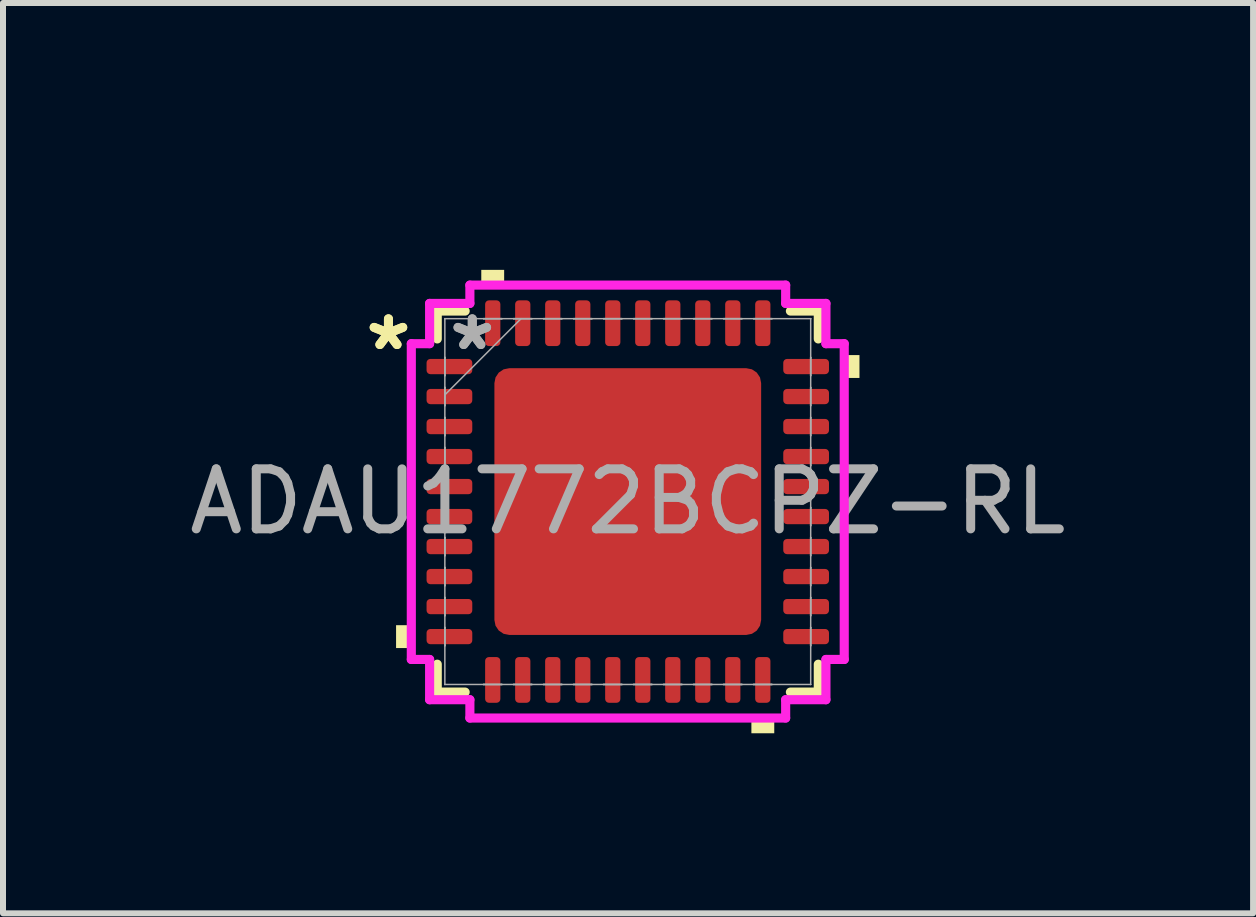
<source format=kicad_pcb>
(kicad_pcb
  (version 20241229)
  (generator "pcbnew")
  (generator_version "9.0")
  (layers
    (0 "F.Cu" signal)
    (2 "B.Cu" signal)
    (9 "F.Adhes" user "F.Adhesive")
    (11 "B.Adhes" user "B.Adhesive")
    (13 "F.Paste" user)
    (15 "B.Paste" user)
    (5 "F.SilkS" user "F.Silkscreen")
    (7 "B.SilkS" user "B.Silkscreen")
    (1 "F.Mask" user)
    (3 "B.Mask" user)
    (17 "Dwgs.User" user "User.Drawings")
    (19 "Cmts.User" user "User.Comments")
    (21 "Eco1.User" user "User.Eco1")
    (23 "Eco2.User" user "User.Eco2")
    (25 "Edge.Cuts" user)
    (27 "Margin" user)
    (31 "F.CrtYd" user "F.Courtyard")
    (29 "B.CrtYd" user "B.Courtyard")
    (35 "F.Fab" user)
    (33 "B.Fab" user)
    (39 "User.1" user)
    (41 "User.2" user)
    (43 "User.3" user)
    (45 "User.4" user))
  (footprint "ADAU1772BCPZ-RL"
    (layer "F.Cu")
    (at 7.411 5.308)
    (property "Reference" "ADAU1772BCPZ-RL" (at 0.01 -4.46 0) (unlocked yes) (layer "User.2") (effects (font (size 1 1) (thickness 0.15))))
    (attr smd)
    (fp_line (start -3.175 -3.175) (end -3.175 -2.71) (stroke (width 0.152) (type solid)) (layer "F.SilkS"))
    (fp_line (start -3.175 2.71) (end -3.175 3.175) (stroke (width 0.152) (type solid)) (layer "F.SilkS"))
    (fp_line (start -3.175 3.175) (end -2.71 3.175) (stroke (width 0.152) (type solid)) (layer "F.SilkS"))
    (fp_line (start -2.71 -3.175) (end -3.175 -3.175) (stroke (width 0.152) (type solid)) (layer "F.SilkS"))
    (fp_line (start 2.71 3.175) (end 3.175 3.175) (stroke (width 0.152) (type solid)) (layer "F.SilkS"))
    (fp_line (start 3.175 -3.175) (end 2.71 -3.175) (stroke (width 0.152) (type solid)) (layer "F.SilkS"))
    (fp_line (start 3.175 -2.71) (end 3.175 -3.175) (stroke (width 0.152) (type solid)) (layer "F.SilkS"))
    (fp_line (start 3.175 3.175) (end 3.175 2.71) (stroke (width 0.152) (type solid)) (layer "F.SilkS"))
    (fp_poly (pts (xy -3.861 2.06) (xy -3.861 2.441) (xy -3.607 2.441) (xy -3.607 2.06)) (stroke (width 0) (type solid)) (fill yes) (layer "F.SilkS"))
    (fp_poly (pts (xy -2.441 -3.607) (xy -2.441 -3.861) (xy -2.06 -3.861) (xy -2.06 -3.607)) (stroke (width 0) (type solid)) (fill yes) (layer "F.SilkS"))
    (fp_poly (pts (xy 2.06 3.607) (xy 2.06 3.861) (xy 2.441 3.861) (xy 2.441 3.607)) (stroke (width 0) (type solid)) (fill yes) (layer "F.SilkS"))
    (fp_poly (pts (xy 3.861 -2.441) (xy 3.861 -2.06) (xy 3.607 -2.06) (xy 3.607 -2.441)) (stroke (width 0) (type solid)) (fill yes) (layer "F.SilkS"))
    (fp_poly (pts (xy -2.123 -2.123) (xy -2.123 -0.841) (xy -0.841 -0.841) (xy -0.841 -2.123)) (stroke (width 0) (type solid)) (fill yes) (layer "F.Paste"))
    (fp_poly (pts (xy -2.123 -0.641) (xy -2.123 0.641) (xy -0.841 0.641) (xy -0.841 -0.641)) (stroke (width 0) (type solid)) (fill yes) (layer "F.Paste"))
    (fp_poly (pts (xy -2.123 0.841) (xy -2.123 2.123) (xy -0.841 2.123) (xy -0.841 0.841)) (stroke (width 0) (type solid)) (fill yes) (layer "F.Paste"))
    (fp_poly (pts (xy -0.641 -2.123) (xy -0.641 -0.841) (xy 0.641 -0.841) (xy 0.641 -2.123)) (stroke (width 0) (type solid)) (fill yes) (layer "F.Paste"))
    (fp_poly (pts (xy -0.641 -0.641) (xy -0.641 0.641) (xy 0.641 0.641) (xy 0.641 -0.641)) (stroke (width 0) (type solid)) (fill yes) (layer "F.Paste"))
    (fp_poly (pts (xy -0.641 0.841) (xy -0.641 2.123) (xy 0.641 2.123) (xy 0.641 0.841)) (stroke (width 0) (type solid)) (fill yes) (layer "F.Paste"))
    (fp_poly (pts (xy 0.841 -2.123) (xy 0.841 -0.841) (xy 2.123 -0.841) (xy 2.123 -2.123)) (stroke (width 0) (type solid)) (fill yes) (layer "F.Paste"))
    (fp_poly (pts (xy 0.841 -0.641) (xy 0.841 0.641) (xy 2.123 0.641) (xy 2.123 -0.641)) (stroke (width 0) (type solid)) (fill yes) (layer "F.Paste"))
    (fp_poly (pts (xy 0.841 0.841) (xy 0.841 2.123) (xy 2.123 2.123) (xy 2.123 0.841)) (stroke (width 0) (type solid)) (fill yes) (layer "F.Paste"))
    (fp_line (start -3.607 -2.631) (end -3.302 -2.631) (stroke (width 0.152) (type solid)) (layer "F.CrtYd"))
    (fp_line (start -3.607 2.631) (end -3.607 -2.631) (stroke (width 0.152) (type solid)) (layer "F.CrtYd"))
    (fp_line (start -3.302 -3.302) (end -2.631 -3.302) (stroke (width 0.152) (type solid)) (layer "F.CrtYd"))
    (fp_line (start -3.302 -2.631) (end -3.302 -3.302) (stroke (width 0.152) (type solid)) (layer "F.CrtYd"))
    (fp_line (start -3.302 2.631) (end -3.607 2.631) (stroke (width 0.152) (type solid)) (layer "F.CrtYd"))
    (fp_line (start -3.302 3.302) (end -3.302 2.631) (stroke (width 0.152) (type solid)) (layer "F.CrtYd"))
    (fp_line (start -2.631 -3.607) (end 2.631 -3.607) (stroke (width 0.152) (type solid)) (layer "F.CrtYd"))
    (fp_line (start -2.631 -3.302) (end -2.631 -3.607) (stroke (width 0.152) (type solid)) (layer "F.CrtYd"))
    (fp_line (start -2.631 3.302) (end -3.302 3.302) (stroke (width 0.152) (type solid)) (layer "F.CrtYd"))
    (fp_line (start -2.631 3.607) (end -2.631 3.302) (stroke (width 0.152) (type solid)) (layer "F.CrtYd"))
    (fp_line (start 2.631 -3.607) (end 2.631 -3.302) (stroke (width 0.152) (type solid)) (layer "F.CrtYd"))
    (fp_line (start 2.631 -3.302) (end 3.302 -3.302) (stroke (width 0.152) (type solid)) (layer "F.CrtYd"))
    (fp_line (start 2.631 3.302) (end 2.631 3.607) (stroke (width 0.152) (type solid)) (layer "F.CrtYd"))
    (fp_line (start 2.631 3.607) (end -2.631 3.607) (stroke (width 0.152) (type solid)) (layer "F.CrtYd"))
    (fp_line (start 3.302 -3.302) (end 3.302 -2.631) (stroke (width 0.152) (type solid)) (layer "F.CrtYd"))
    (fp_line (start 3.302 -2.631) (end 3.607 -2.631) (stroke (width 0.152) (type solid)) (layer "F.CrtYd"))
    (fp_line (start 3.302 2.631) (end 3.302 3.302) (stroke (width 0.152) (type solid)) (layer "F.CrtYd"))
    (fp_line (start 3.302 3.302) (end 2.631 3.302) (stroke (width 0.152) (type solid)) (layer "F.CrtYd"))
    (fp_line (start 3.607 -2.631) (end 3.607 2.631) (stroke (width 0.152) (type solid)) (layer "F.CrtYd"))
    (fp_line (start 3.607 2.631) (end 3.302 2.631) (stroke (width 0.152) (type solid)) (layer "F.CrtYd"))
    (fp_line (start -3.048 -3.048) (end -3.048 -3.048) (stroke (width 0.025) (type solid)) (layer "F.Fab"))
    (fp_line (start -3.048 -3.048) (end -3.048 3.048) (stroke (width 0.025) (type solid)) (layer "F.Fab"))
    (fp_line (start -3.048 -2.402) (end -3.048 -2.402) (stroke (width 0.025) (type solid)) (layer "F.Fab"))
    (fp_line (start -3.048 -2.402) (end -3.048 -2.098) (stroke (width 0.025) (type solid)) (layer "F.Fab"))
    (fp_line (start -3.048 -2.098) (end -3.048 -2.402) (stroke (width 0.025) (type solid)) (layer "F.Fab"))
    (fp_line (start -3.048 -2.098) (end -3.048 -2.098) (stroke (width 0.025) (type solid)) (layer "F.Fab"))
    (fp_line (start -3.048 -1.902) (end -3.048 -1.902) (stroke (width 0.025) (type solid)) (layer "F.Fab"))
    (fp_line (start -3.048 -1.902) (end -3.048 -1.598) (stroke (width 0.025) (type solid)) (layer "F.Fab"))
    (fp_line (start -3.048 -1.778) (end -1.778 -3.048) (stroke (width 0.025) (type solid)) (layer "F.Fab"))
    (fp_line (start -3.048 -1.598) (end -3.048 -1.902) (stroke (width 0.025) (type solid)) (layer "F.Fab"))
    (fp_line (start -3.048 -1.598) (end -3.048 -1.598) (stroke (width 0.025) (type solid)) (layer "F.Fab"))
    (fp_line (start -3.048 -1.402) (end -3.048 -1.402) (stroke (width 0.025) (type solid)) (layer "F.Fab"))
    (fp_line (start -3.048 -1.402) (end -3.048 -1.098) (stroke (width 0.025) (type solid)) (layer "F.Fab"))
    (fp_line (start -3.048 -1.098) (end -3.048 -1.402) (stroke (width 0.025) (type solid)) (layer "F.Fab"))
    (fp_line (start -3.048 -1.098) (end -3.048 -1.098) (stroke (width 0.025) (type solid)) (layer "F.Fab"))
    (fp_line (start -3.048 -0.902) (end -3.048 -0.902) (stroke (width 0.025) (type solid)) (layer "F.Fab"))
    (fp_line (start -3.048 -0.902) (end -3.048 -0.598) (stroke (width 0.025) (type solid)) (layer "F.Fab"))
    (fp_line (start -3.048 -0.598) (end -3.048 -0.902) (stroke (width 0.025) (type solid)) (layer "F.Fab"))
    (fp_line (start -3.048 -0.598) (end -3.048 -0.598) (stroke (width 0.025) (type solid)) (layer "F.Fab"))
    (fp_line (start -3.048 -0.402) (end -3.048 -0.402) (stroke (width 0.025) (type solid)) (layer "F.Fab"))
    (fp_line (start -3.048 -0.402) (end -3.048 -0.098) (stroke (width 0.025) (type solid)) (layer "F.Fab"))
    (fp_line (start -3.048 -0.098) (end -3.048 -0.402) (stroke (width 0.025) (type solid)) (layer "F.Fab"))
    (fp_line (start -3.048 -0.098) (end -3.048 -0.098) (stroke (width 0.025) (type solid)) (layer "F.Fab"))
    (fp_line (start -3.048 0.098) (end -3.048 0.098) (stroke (width 0.025) (type solid)) (layer "F.Fab"))
    (fp_line (start -3.048 0.098) (end -3.048 0.402) (stroke (width 0.025) (type solid)) (layer "F.Fab"))
    (fp_line (start -3.048 0.402) (end -3.048 0.098) (stroke (width 0.025) (type solid)) (layer "F.Fab"))
    (fp_line (start -3.048 0.402) (end -3.048 0.402) (stroke (width 0.025) (type solid)) (layer "F.Fab"))
    (fp_line (start -3.048 0.598) (end -3.048 0.598) (stroke (width 0.025) (type solid)) (layer "F.Fab"))
    (fp_line (start -3.048 0.598) (end -3.048 0.902) (stroke (width 0.025) (type solid)) (layer "F.Fab"))
    (fp_line (start -3.048 0.902) (end -3.048 0.598) (stroke (width 0.025) (type solid)) (layer "F.Fab"))
    (fp_line (start -3.048 0.902) (end -3.048 0.902) (stroke (width 0.025) (type solid)) (layer "F.Fab"))
    (fp_line (start -3.048 1.098) (end -3.048 1.098) (stroke (width 0.025) (type solid)) (layer "F.Fab"))
    (fp_line (start -3.048 1.098) (end -3.048 1.402) (stroke (width 0.025) (type solid)) (layer "F.Fab"))
    (fp_line (start -3.048 1.402) (end -3.048 1.098) (stroke (width 0.025) (type solid)) (layer "F.Fab"))
    (fp_line (start -3.048 1.402) (end -3.048 1.402) (stroke (width 0.025) (type solid)) (layer "F.Fab"))
    (fp_line (start -3.048 1.598) (end -3.048 1.598) (stroke (width 0.025) (type solid)) (layer "F.Fab"))
    (fp_line (start -3.048 1.598) (end -3.048 1.902) (stroke (width 0.025) (type solid)) (layer "F.Fab"))
    (fp_line (start -3.048 1.902) (end -3.048 1.598) (stroke (width 0.025) (type solid)) (layer "F.Fab"))
    (fp_line (start -3.048 1.902) (end -3.048 1.902) (stroke (width 0.025) (type solid)) (layer "F.Fab"))
    (fp_line (start -3.048 2.098) (end -3.048 2.098) (stroke (width 0.025) (type solid)) (layer "F.Fab"))
    (fp_line (start -3.048 2.098) (end -3.048 2.402) (stroke (width 0.025) (type solid)) (layer "F.Fab"))
    (fp_line (start -3.048 2.402) (end -3.048 2.098) (stroke (width 0.025) (type solid)) (layer "F.Fab"))
    (fp_line (start -3.048 2.402) (end -3.048 2.402) (stroke (width 0.025) (type solid)) (layer "F.Fab"))
    (fp_line (start -3.048 3.048) (end -3.048 3.048) (stroke (width 0.025) (type solid)) (layer "F.Fab"))
    (fp_line (start -3.048 3.048) (end 3.048 3.048) (stroke (width 0.025) (type solid)) (layer "F.Fab"))
    (fp_line (start -2.402 -3.048) (end -2.402 -3.048) (stroke (width 0.025) (type solid)) (layer "F.Fab"))
    (fp_line (start -2.402 -3.048) (end -2.098 -3.048) (stroke (width 0.025) (type solid)) (layer "F.Fab"))
    (fp_line (start -2.402 3.048) (end -2.402 3.048) (stroke (width 0.025) (type solid)) (layer "F.Fab"))
    (fp_line (start -2.402 3.048) (end -2.098 3.048) (stroke (width 0.025) (type solid)) (layer "F.Fab"))
    (fp_line (start -2.098 -3.048) (end -2.402 -3.048) (stroke (width 0.025) (type solid)) (layer "F.Fab"))
    (fp_line (start -2.098 -3.048) (end -2.098 -3.048) (stroke (width 0.025) (type solid)) (layer "F.Fab"))
    (fp_line (start -2.098 3.048) (end -2.402 3.048) (stroke (width 0.025) (type solid)) (layer "F.Fab"))
    (fp_line (start -2.098 3.048) (end -2.098 3.048) (stroke (width 0.025) (type solid)) (layer "F.Fab"))
    (fp_line (start -1.902 -3.048) (end -1.902 -3.048) (stroke (width 0.025) (type solid)) (layer "F.Fab"))
    (fp_line (start -1.902 -3.048) (end -1.598 -3.048) (stroke (width 0.025) (type solid)) (layer "F.Fab"))
    (fp_line (start -1.902 3.048) (end -1.902 3.048) (stroke (width 0.025) (type solid)) (layer "F.Fab"))
    (fp_line (start -1.902 3.048) (end -1.598 3.048) (stroke (width 0.025) (type solid)) (layer "F.Fab"))
    (fp_line (start -1.598 -3.048) (end -1.902 -3.048) (stroke (width 0.025) (type solid)) (layer "F.Fab"))
    (fp_line (start -1.598 -3.048) (end -1.598 -3.048) (stroke (width 0.025) (type solid)) (layer "F.Fab"))
    (fp_line (start -1.598 3.048) (end -1.902 3.048) (stroke (width 0.025) (type solid)) (layer "F.Fab"))
    (fp_line (start -1.598 3.048) (end -1.598 3.048) (stroke (width 0.025) (type solid)) (layer "F.Fab"))
    (fp_line (start -1.402 -3.048) (end -1.402 -3.048) (stroke (width 0.025) (type solid)) (layer "F.Fab"))
    (fp_line (start -1.402 -3.048) (end -1.098 -3.048) (stroke (width 0.025) (type solid)) (layer "F.Fab"))
    (fp_line (start -1.402 3.048) (end -1.402 3.048) (stroke (width 0.025) (type solid)) (layer "F.Fab"))
    (fp_line (start -1.402 3.048) (end -1.098 3.048) (stroke (width 0.025) (type solid)) (layer "F.Fab"))
    (fp_line (start -1.098 -3.048) (end -1.402 -3.048) (stroke (width 0.025) (type solid)) (layer "F.Fab"))
    (fp_line (start -1.098 -3.048) (end -1.098 -3.048) (stroke (width 0.025) (type solid)) (layer "F.Fab"))
    (fp_line (start -1.098 3.048) (end -1.402 3.048) (stroke (width 0.025) (type solid)) (layer "F.Fab"))
    (fp_line (start -1.098 3.048) (end -1.098 3.048) (stroke (width 0.025) (type solid)) (layer "F.Fab"))
    (fp_line (start -0.902 -3.048) (end -0.902 -3.048) (stroke (width 0.025) (type solid)) (layer "F.Fab"))
    (fp_line (start -0.902 -3.048) (end -0.598 -3.048) (stroke (width 0.025) (type solid)) (layer "F.Fab"))
    (fp_line (start -0.902 3.048) (end -0.902 3.048) (stroke (width 0.025) (type solid)) (layer "F.Fab"))
    (fp_line (start -0.902 3.048) (end -0.598 3.048) (stroke (width 0.025) (type solid)) (layer "F.Fab"))
    (fp_line (start -0.598 -3.048) (end -0.902 -3.048) (stroke (width 0.025) (type solid)) (layer "F.Fab"))
    (fp_line (start -0.598 -3.048) (end -0.598 -3.048) (stroke (width 0.025) (type solid)) (layer "F.Fab"))
    (fp_line (start -0.598 3.048) (end -0.902 3.048) (stroke (width 0.025) (type solid)) (layer "F.Fab"))
    (fp_line (start -0.598 3.048) (end -0.598 3.048) (stroke (width 0.025) (type solid)) (layer "F.Fab"))
    (fp_line (start -0.402 -3.048) (end -0.402 -3.048) (stroke (width 0.025) (type solid)) (layer "F.Fab"))
    (fp_line (start -0.402 -3.048) (end -0.098 -3.048) (stroke (width 0.025) (type solid)) (layer "F.Fab"))
    (fp_line (start -0.402 3.048) (end -0.402 3.048) (stroke (width 0.025) (type solid)) (layer "F.Fab"))
    (fp_line (start -0.402 3.048) (end -0.098 3.048) (stroke (width 0.025) (type solid)) (layer "F.Fab"))
    (fp_line (start -0.098 -3.048) (end -0.402 -3.048) (stroke (width 0.025) (type solid)) (layer "F.Fab"))
    (fp_line (start -0.098 -3.048) (end -0.098 -3.048) (stroke (width 0.025) (type solid)) (layer "F.Fab"))
    (fp_line (start -0.098 3.048) (end -0.402 3.048) (stroke (width 0.025) (type solid)) (layer "F.Fab"))
    (fp_line (start -0.098 3.048) (end -0.098 3.048) (stroke (width 0.025) (type solid)) (layer "F.Fab"))
    (fp_line (start 0.098 -3.048) (end 0.098 -3.048) (stroke (width 0.025) (type solid)) (layer "F.Fab"))
    (fp_line (start 0.098 -3.048) (end 0.402 -3.048) (stroke (width 0.025) (type solid)) (layer "F.Fab"))
    (fp_line (start 0.098 3.048) (end 0.098 3.048) (stroke (width 0.025) (type solid)) (layer "F.Fab"))
    (fp_line (start 0.098 3.048) (end 0.402 3.048) (stroke (width 0.025) (type solid)) (layer "F.Fab"))
    (fp_line (start 0.402 -3.048) (end 0.098 -3.048) (stroke (width 0.025) (type solid)) (layer "F.Fab"))
    (fp_line (start 0.402 -3.048) (end 0.402 -3.048) (stroke (width 0.025) (type solid)) (layer "F.Fab"))
    (fp_line (start 0.402 3.048) (end 0.098 3.048) (stroke (width 0.025) (type solid)) (layer "F.Fab"))
    (fp_line (start 0.402 3.048) (end 0.402 3.048) (stroke (width 0.025) (type solid)) (layer "F.Fab"))
    (fp_line (start 0.598 -3.048) (end 0.598 -3.048) (stroke (width 0.025) (type solid)) (layer "F.Fab"))
    (fp_line (start 0.598 -3.048) (end 0.902 -3.048) (stroke (width 0.025) (type solid)) (layer "F.Fab"))
    (fp_line (start 0.598 3.048) (end 0.598 3.048) (stroke (width 0.025) (type solid)) (layer "F.Fab"))
    (fp_line (start 0.598 3.048) (end 0.902 3.048) (stroke (width 0.025) (type solid)) (layer "F.Fab"))
    (fp_line (start 0.902 -3.048) (end 0.598 -3.048) (stroke (width 0.025) (type solid)) (layer "F.Fab"))
    (fp_line (start 0.902 -3.048) (end 0.902 -3.048) (stroke (width 0.025) (type solid)) (layer "F.Fab"))
    (fp_line (start 0.902 3.048) (end 0.598 3.048) (stroke (width 0.025) (type solid)) (layer "F.Fab"))
    (fp_line (start 0.902 3.048) (end 0.902 3.048) (stroke (width 0.025) (type solid)) (layer "F.Fab"))
    (fp_line (start 1.098 -3.048) (end 1.098 -3.048) (stroke (width 0.025) (type solid)) (layer "F.Fab"))
    (fp_line (start 1.098 -3.048) (end 1.402 -3.048) (stroke (width 0.025) (type solid)) (layer "F.Fab"))
    (fp_line (start 1.098 3.048) (end 1.098 3.048) (stroke (width 0.025) (type solid)) (layer "F.Fab"))
    (fp_line (start 1.098 3.048) (end 1.402 3.048) (stroke (width 0.025) (type solid)) (layer "F.Fab"))
    (fp_line (start 1.402 -3.048) (end 1.098 -3.048) (stroke (width 0.025) (type solid)) (layer "F.Fab"))
    (fp_line (start 1.402 -3.048) (end 1.402 -3.048) (stroke (width 0.025) (type solid)) (layer "F.Fab"))
    (fp_line (start 1.402 3.048) (end 1.098 3.048) (stroke (width 0.025) (type solid)) (layer "F.Fab"))
    (fp_line (start 1.402 3.048) (end 1.402 3.048) (stroke (width 0.025) (type solid)) (layer "F.Fab"))
    (fp_line (start 1.598 -3.048) (end 1.598 -3.048) (stroke (width 0.025) (type solid)) (layer "F.Fab"))
    (fp_line (start 1.598 -3.048) (end 1.902 -3.048) (stroke (width 0.025) (type solid)) (layer "F.Fab"))
    (fp_line (start 1.598 3.048) (end 1.598 3.048) (stroke (width 0.025) (type solid)) (layer "F.Fab"))
    (fp_line (start 1.598 3.048) (end 1.902 3.048) (stroke (width 0.025) (type solid)) (layer "F.Fab"))
    (fp_line (start 1.902 -3.048) (end 1.598 -3.048) (stroke (width 0.025) (type solid)) (layer "F.Fab"))
    (fp_line (start 1.902 -3.048) (end 1.902 -3.048) (stroke (width 0.025) (type solid)) (layer "F.Fab"))
    (fp_line (start 1.902 3.048) (end 1.598 3.048) (stroke (width 0.025) (type solid)) (layer "F.Fab"))
    (fp_line (start 1.902 3.048) (end 1.902 3.048) (stroke (width 0.025) (type solid)) (layer "F.Fab"))
    (fp_line (start 2.098 -3.048) (end 2.098 -3.048) (stroke (width 0.025) (type solid)) (layer "F.Fab"))
    (fp_line (start 2.098 -3.048) (end 2.402 -3.048) (stroke (width 0.025) (type solid)) (layer "F.Fab"))
    (fp_line (start 2.098 3.048) (end 2.098 3.048) (stroke (width 0.025) (type solid)) (layer "F.Fab"))
    (fp_line (start 2.098 3.048) (end 2.402 3.048) (stroke (width 0.025) (type solid)) (layer "F.Fab"))
    (fp_line (start 2.402 -3.048) (end 2.098 -3.048) (stroke (width 0.025) (type solid)) (layer "F.Fab"))
    (fp_line (start 2.402 -3.048) (end 2.402 -3.048) (stroke (width 0.025) (type solid)) (layer "F.Fab"))
    (fp_line (start 2.402 3.048) (end 2.098 3.048) (stroke (width 0.025) (type solid)) (layer "F.Fab"))
    (fp_line (start 2.402 3.048) (end 2.402 3.048) (stroke (width 0.025) (type solid)) (layer "F.Fab"))
    (fp_line (start 3.048 -3.048) (end -3.048 -3.048) (stroke (width 0.025) (type solid)) (layer "F.Fab"))
    (fp_line (start 3.048 -3.048) (end 3.048 -3.048) (stroke (width 0.025) (type solid)) (layer "F.Fab"))
    (fp_line (start 3.048 -2.402) (end 3.048 -2.402) (stroke (width 0.025) (type solid)) (layer "F.Fab"))
    (fp_line (start 3.048 -2.402) (end 3.048 -2.098) (stroke (width 0.025) (type solid)) (layer "F.Fab"))
    (fp_line (start 3.048 -2.098) (end 3.048 -2.402) (stroke (width 0.025) (type solid)) (layer "F.Fab"))
    (fp_line (start 3.048 -2.098) (end 3.048 -2.098) (stroke (width 0.025) (type solid)) (layer "F.Fab"))
    (fp_line (start 3.048 -1.902) (end 3.048 -1.902) (stroke (width 0.025) (type solid)) (layer "F.Fab"))
    (fp_line (start 3.048 -1.902) (end 3.048 -1.598) (stroke (width 0.025) (type solid)) (layer "F.Fab"))
    (fp_line (start 3.048 -1.598) (end 3.048 -1.902) (stroke (width 0.025) (type solid)) (layer "F.Fab"))
    (fp_line (start 3.048 -1.598) (end 3.048 -1.598) (stroke (width 0.025) (type solid)) (layer "F.Fab"))
    (fp_line (start 3.048 -1.402) (end 3.048 -1.402) (stroke (width 0.025) (type solid)) (layer "F.Fab"))
    (fp_line (start 3.048 -1.402) (end 3.048 -1.098) (stroke (width 0.025) (type solid)) (layer "F.Fab"))
    (fp_line (start 3.048 -1.098) (end 3.048 -1.402) (stroke (width 0.025) (type solid)) (layer "F.Fab"))
    (fp_line (start 3.048 -1.098) (end 3.048 -1.098) (stroke (width 0.025) (type solid)) (layer "F.Fab"))
    (fp_line (start 3.048 -0.902) (end 3.048 -0.902) (stroke (width 0.025) (type solid)) (layer "F.Fab"))
    (fp_line (start 3.048 -0.902) (end 3.048 -0.598) (stroke (width 0.025) (type solid)) (layer "F.Fab"))
    (fp_line (start 3.048 -0.598) (end 3.048 -0.902) (stroke (width 0.025) (type solid)) (layer "F.Fab"))
    (fp_line (start 3.048 -0.598) (end 3.048 -0.598) (stroke (width 0.025) (type solid)) (layer "F.Fab"))
    (fp_line (start 3.048 -0.402) (end 3.048 -0.402) (stroke (width 0.025) (type solid)) (layer "F.Fab"))
    (fp_line (start 3.048 -0.402) (end 3.048 -0.098) (stroke (width 0.025) (type solid)) (layer "F.Fab"))
    (fp_line (start 3.048 -0.098) (end 3.048 -0.402) (stroke (width 0.025) (type solid)) (layer "F.Fab"))
    (fp_line (start 3.048 -0.098) (end 3.048 -0.098) (stroke (width 0.025) (type solid)) (layer "F.Fab"))
    (fp_line (start 3.048 0.098) (end 3.048 0.098) (stroke (width 0.025) (type solid)) (layer "F.Fab"))
    (fp_line (start 3.048 0.098) (end 3.048 0.402) (stroke (width 0.025) (type solid)) (layer "F.Fab"))
    (fp_line (start 3.048 0.402) (end 3.048 0.098) (stroke (width 0.025) (type solid)) (layer "F.Fab"))
    (fp_line (start 3.048 0.402) (end 3.048 0.402) (stroke (width 0.025) (type solid)) (layer "F.Fab"))
    (fp_line (start 3.048 0.598) (end 3.048 0.598) (stroke (width 0.025) (type solid)) (layer "F.Fab"))
    (fp_line (start 3.048 0.598) (end 3.048 0.902) (stroke (width 0.025) (type solid)) (layer "F.Fab"))
    (fp_line (start 3.048 0.902) (end 3.048 0.598) (stroke (width 0.025) (type solid)) (layer "F.Fab"))
    (fp_line (start 3.048 0.902) (end 3.048 0.902) (stroke (width 0.025) (type solid)) (layer "F.Fab"))
    (fp_line (start 3.048 1.098) (end 3.048 1.098) (stroke (width 0.025) (type solid)) (layer "F.Fab"))
    (fp_line (start 3.048 1.098) (end 3.048 1.402) (stroke (width 0.025) (type solid)) (layer "F.Fab"))
    (fp_line (start 3.048 1.402) (end 3.048 1.098) (stroke (width 0.025) (type solid)) (layer "F.Fab"))
    (fp_line (start 3.048 1.402) (end 3.048 1.402) (stroke (width 0.025) (type solid)) (layer "F.Fab"))
    (fp_line (start 3.048 1.598) (end 3.048 1.598) (stroke (width 0.025) (type solid)) (layer "F.Fab"))
    (fp_line (start 3.048 1.598) (end 3.048 1.902) (stroke (width 0.025) (type solid)) (layer "F.Fab"))
    (fp_line (start 3.048 1.902) (end 3.048 1.598) (stroke (width 0.025) (type solid)) (layer "F.Fab"))
    (fp_line (start 3.048 1.902) (end 3.048 1.902) (stroke (width 0.025) (type solid)) (layer "F.Fab"))
    (fp_line (start 3.048 2.098) (end 3.048 2.098) (stroke (width 0.025) (type solid)) (layer "F.Fab"))
    (fp_line (start 3.048 2.098) (end 3.048 2.402) (stroke (width 0.025) (type solid)) (layer "F.Fab"))
    (fp_line (start 3.048 2.402) (end 3.048 2.098) (stroke (width 0.025) (type solid)) (layer "F.Fab"))
    (fp_line (start 3.048 2.402) (end 3.048 2.402) (stroke (width 0.025) (type solid)) (layer "F.Fab"))
    (fp_line (start 3.048 3.048) (end 3.048 -3.048) (stroke (width 0.025) (type solid)) (layer "F.Fab"))
    (fp_line (start 3.048 3.048) (end 3.048 3.048) (stroke (width 0.025) (type solid)) (layer "F.Fab"))
    (fp_text user "*" (at -3.988 -2.5 0) (layer "F.SilkS") (effects (font (size 1 1) (thickness 0.15))))
    (fp_text user "*" (at -3.988 -2.5 0) (unlocked yes) (layer "F.SilkS") (effects (font (size 1 1) (thickness 0.15))))
    (fp_text user "*" (at -2.591 -2.5 0) (layer "F.Fab") (effects (font (size 1 1) (thickness 0.15))))
    (fp_text user "*" (at -2.591 -2.5 0) (unlocked yes) (layer "F.Fab") (effects (font (size 1 1) (thickness 0.15))))
    (fp_text user "${REFERENCE}" (at 0 0 0) (unlocked yes) (layer "F.Fab") (effects (font (size 1 1) (thickness 0.15))))
    (pad "1" smd roundrect (at -2.972 -2.25 90) (size 0.254 0.762) (layers "F.Cu" "F.Mask" "F.Paste") (roundrect_rratio 0.25))
    (pad "2" smd roundrect (at -2.972 -1.75 90) (size 0.254 0.762) (layers "F.Cu" "F.Mask" "F.Paste") (roundrect_rratio 0.25))
    (pad "3" smd roundrect (at -2.972 -1.25 90) (size 0.254 0.762) (layers "F.Cu" "F.Mask" "F.Paste") (roundrect_rratio 0.25))
    (pad "4" smd roundrect (at -2.972 -0.75 90) (size 0.254 0.762) (layers "F.Cu" "F.Mask" "F.Paste") (roundrect_rratio 0.25))
    (pad "5" smd roundrect (at -2.972 -0.25 90) (size 0.254 0.762) (layers "F.Cu" "F.Mask" "F.Paste") (roundrect_rratio 0.25))
    (pad "6" smd roundrect (at -2.972 0.25 90) (size 0.254 0.762) (layers "F.Cu" "F.Mask" "F.Paste") (roundrect_rratio 0.25))
    (pad "7" smd roundrect (at -2.972 0.75 90) (size 0.254 0.762) (layers "F.Cu" "F.Mask" "F.Paste") (roundrect_rratio 0.25))
    (pad "8" smd roundrect (at -2.972 1.25 90) (size 0.254 0.762) (layers "F.Cu" "F.Mask" "F.Paste") (roundrect_rratio 0.25))
    (pad "9" smd roundrect (at -2.972 1.75 90) (size 0.254 0.762) (layers "F.Cu" "F.Mask" "F.Paste") (roundrect_rratio 0.25))
    (pad "10" smd roundrect (at -2.972 2.25 90) (size 0.254 0.762) (layers "F.Cu" "F.Mask" "F.Paste") (roundrect_rratio 0.25))
    (pad "11" smd roundrect (at -2.25 2.972 180) (size 0.254 0.762) (layers "F.Cu" "F.Mask" "F.Paste") (roundrect_rratio 0.25))
    (pad "12" smd roundrect (at -1.75 2.972 180) (size 0.254 0.762) (layers "F.Cu" "F.Mask" "F.Paste") (roundrect_rratio 0.25))
    (pad "13" smd roundrect (at -1.25 2.972 180) (size 0.254 0.762) (layers "F.Cu" "F.Mask" "F.Paste") (roundrect_rratio 0.25))
    (pad "14" smd roundrect (at -0.75 2.972 180) (size 0.254 0.762) (layers "F.Cu" "F.Mask" "F.Paste") (roundrect_rratio 0.25))
    (pad "15" smd roundrect (at -0.25 2.972 180) (size 0.254 0.762) (layers "F.Cu" "F.Mask" "F.Paste") (roundrect_rratio 0.25))
    (pad "16" smd roundrect (at 0.25 2.972 180) (size 0.254 0.762) (layers "F.Cu" "F.Mask" "F.Paste") (roundrect_rratio 0.25))
    (pad "17" smd roundrect (at 0.75 2.972 180) (size 0.254 0.762) (layers "F.Cu" "F.Mask" "F.Paste") (roundrect_rratio 0.25))
    (pad "18" smd roundrect (at 1.25 2.972 180) (size 0.254 0.762) (layers "F.Cu" "F.Mask" "F.Paste") (roundrect_rratio 0.25))
    (pad "19" smd roundrect (at 1.75 2.972 180) (size 0.254 0.762) (layers "F.Cu" "F.Mask" "F.Paste") (roundrect_rratio 0.25))
    (pad "20" smd roundrect (at 2.25 2.972 180) (size 0.254 0.762) (layers "F.Cu" "F.Mask" "F.Paste") (roundrect_rratio 0.25))
    (pad "21" smd roundrect (at 2.972 2.25 90) (size 0.254 0.762) (layers "F.Cu" "F.Mask" "F.Paste") (roundrect_rratio 0.25))
    (pad "22" smd roundrect (at 2.972 1.75 90) (size 0.254 0.762) (layers "F.Cu" "F.Mask" "F.Paste") (roundrect_rratio 0.25))
    (pad "23" smd roundrect (at 2.972 1.25 90) (size 0.254 0.762) (layers "F.Cu" "F.Mask" "F.Paste") (roundrect_rratio 0.25))
    (pad "24" smd roundrect (at 2.972 0.75 90) (size 0.254 0.762) (layers "F.Cu" "F.Mask" "F.Paste") (roundrect_rratio 0.25))
    (pad "25" smd roundrect (at 2.972 0.25 90) (size 0.254 0.762) (layers "F.Cu" "F.Mask" "F.Paste") (roundrect_rratio 0.25))
    (pad "26" smd roundrect (at 2.972 -0.25 90) (size 0.254 0.762) (layers "F.Cu" "F.Mask" "F.Paste") (roundrect_rratio 0.25))
    (pad "27" smd roundrect (at 2.972 -0.75 90) (size 0.254 0.762) (layers "F.Cu" "F.Mask" "F.Paste") (roundrect_rratio 0.25))
    (pad "28" smd roundrect (at 2.972 -1.25 90) (size 0.254 0.762) (layers "F.Cu" "F.Mask" "F.Paste") (roundrect_rratio 0.25))
    (pad "29" smd roundrect (at 2.972 -1.75 90) (size 0.254 0.762) (layers "F.Cu" "F.Mask" "F.Paste") (roundrect_rratio 0.25))
    (pad "30" smd roundrect (at 2.972 -2.25 90) (size 0.254 0.762) (layers "F.Cu" "F.Mask" "F.Paste") (roundrect_rratio 0.25))
    (pad "31" smd roundrect (at 2.25 -2.972 180) (size 0.254 0.762) (layers "F.Cu" "F.Mask" "F.Paste") (roundrect_rratio 0.25))
    (pad "32" smd roundrect (at 1.75 -2.972 180) (size 0.254 0.762) (layers "F.Cu" "F.Mask" "F.Paste") (roundrect_rratio 0.25))
    (pad "33" smd roundrect (at 1.25 -2.972 180) (size 0.254 0.762) (layers "F.Cu" "F.Mask" "F.Paste") (roundrect_rratio 0.25))
    (pad "34" smd roundrect (at 0.75 -2.972 180) (size 0.254 0.762) (layers "F.Cu" "F.Mask" "F.Paste") (roundrect_rratio 0.25))
    (pad "35" smd roundrect (at 0.25 -2.972 180) (size 0.254 0.762) (layers "F.Cu" "F.Mask" "F.Paste") (roundrect_rratio 0.25))
    (pad "36" smd roundrect (at -0.25 -2.972 180) (size 0.254 0.762) (layers "F.Cu" "F.Mask" "F.Paste") (roundrect_rratio 0.25))
    (pad "37" smd roundrect (at -0.75 -2.972 180) (size 0.254 0.762) (layers "F.Cu" "F.Mask" "F.Paste") (roundrect_rratio 0.25))
    (pad "38" smd roundrect (at -1.25 -2.972 180) (size 0.254 0.762) (layers "F.Cu" "F.Mask" "F.Paste") (roundrect_rratio 0.25))
    (pad "39" smd roundrect (at -1.75 -2.972 180) (size 0.254 0.762) (layers "F.Cu" "F.Mask" "F.Paste") (roundrect_rratio 0.25))
    (pad "40" smd roundrect (at -2.25 -2.972 180) (size 0.254 0.762) (layers "F.Cu" "F.Mask" "F.Paste") (roundrect_rratio 0.25))
    (pad "41" smd roundrect (at 0 0) (size 4.445 4.445) (layers "F.Cu" "F.Mask") (roundrect_rratio 0.056)))
  (gr_rect
    (start -3 -3)
    (end 17.831 12.169)
    (stroke (width 0.1) (type default))
    (fill no)
    (layer "Edge.Cuts")))
</source>
